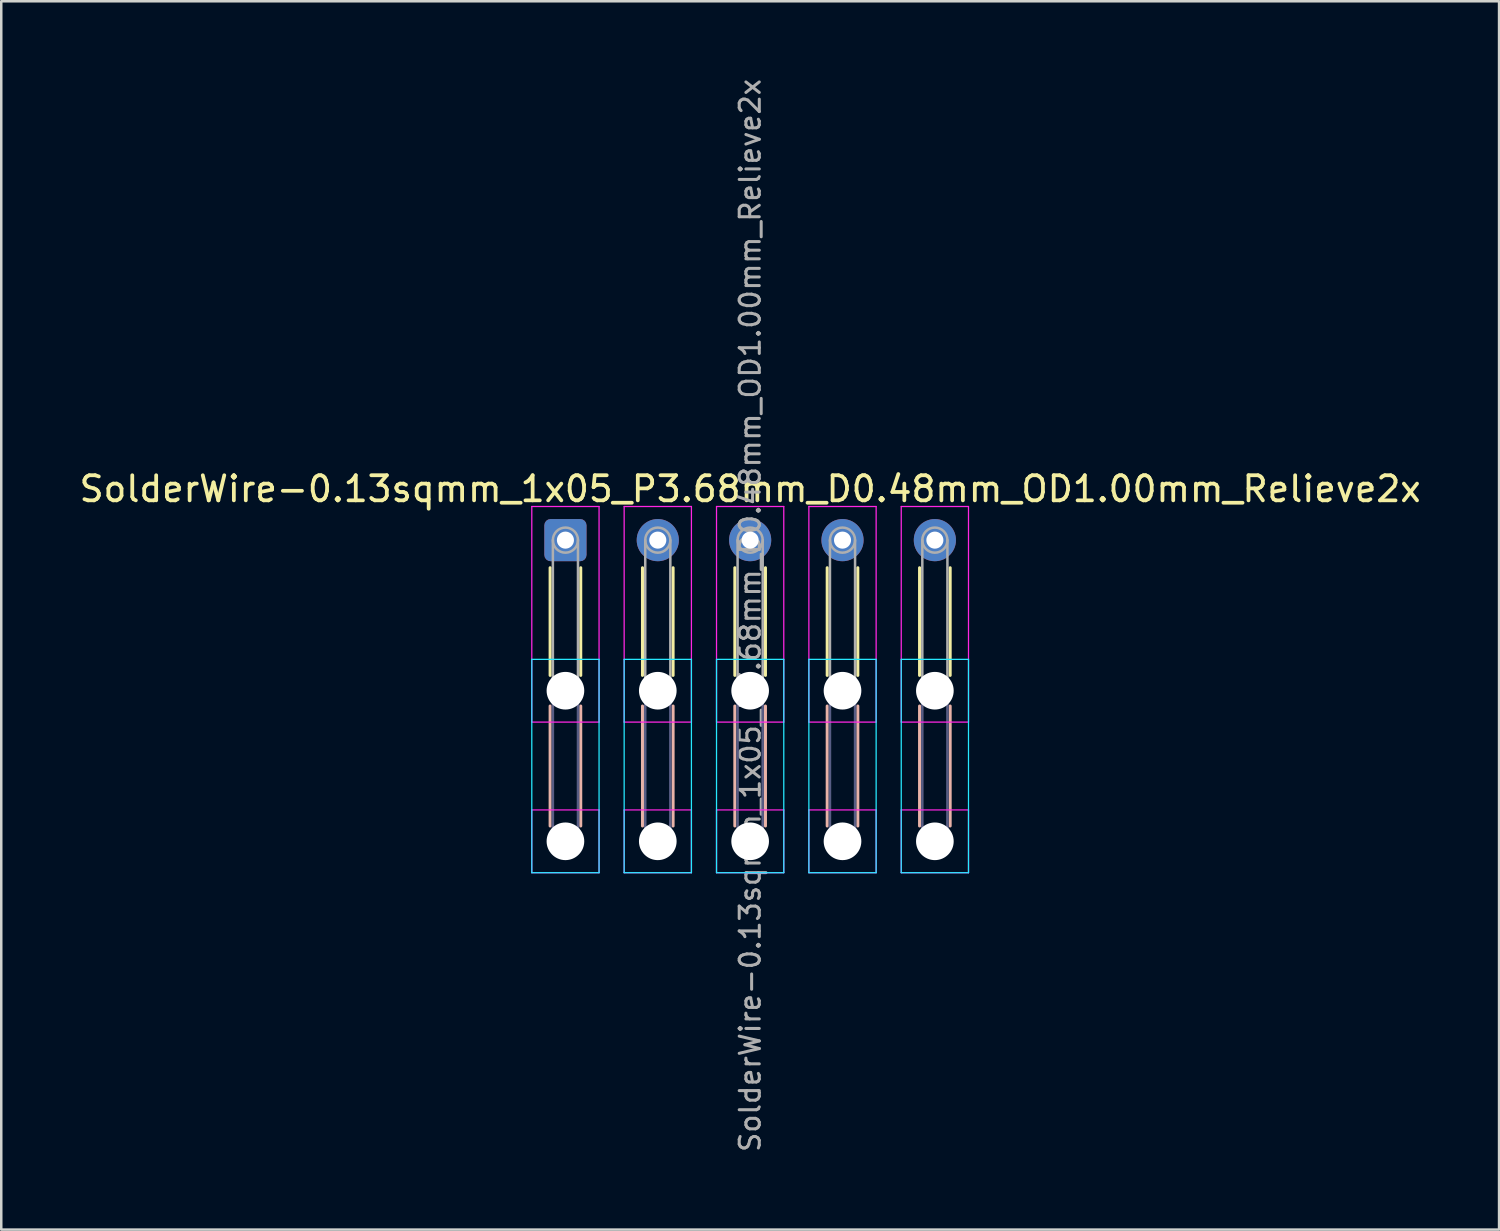
<source format=kicad_pcb>
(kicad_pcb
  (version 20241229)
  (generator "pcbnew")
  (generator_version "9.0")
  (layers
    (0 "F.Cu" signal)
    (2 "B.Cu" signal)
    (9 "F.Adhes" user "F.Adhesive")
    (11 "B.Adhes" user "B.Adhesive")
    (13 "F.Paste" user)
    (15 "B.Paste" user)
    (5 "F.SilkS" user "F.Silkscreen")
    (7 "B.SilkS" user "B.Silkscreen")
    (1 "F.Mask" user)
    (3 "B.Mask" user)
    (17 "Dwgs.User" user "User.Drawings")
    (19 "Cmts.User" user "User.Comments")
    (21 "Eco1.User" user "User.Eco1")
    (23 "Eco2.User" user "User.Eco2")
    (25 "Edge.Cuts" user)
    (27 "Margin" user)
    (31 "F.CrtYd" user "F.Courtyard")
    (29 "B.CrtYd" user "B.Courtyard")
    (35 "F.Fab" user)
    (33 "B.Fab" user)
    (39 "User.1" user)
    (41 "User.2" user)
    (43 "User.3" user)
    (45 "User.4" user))
  (footprint "SolderWire-0.13sqmm_1x05_P3.68mm_D0.48mm_OD1.00mm_Relieve2x"
    (layer "F.Cu")
    (at 19.479 18.471)
    (property "Reference" "SolderWire-0.13sqmm_1x05_P3.68mm_D0.48mm_OD1.00mm_Relieve2x" (at 7.36 -2.04 0) (layer "F.SilkS") (effects (font (size 1 1) (thickness 0.15))))
    (attr exclude_from_pos_files exclude_from_bom)
    (fp_line (start -0.61 1.1) (end -0.61 5.39) (stroke (width 0.12) (type solid)) (layer "F.SilkS"))
    (fp_line (start 0.61 1.1) (end 0.61 5.39) (stroke (width 0.12) (type solid)) (layer "F.SilkS"))
    (fp_line (start 3.07 1.1) (end 3.07 5.39) (stroke (width 0.12) (type solid)) (layer "F.SilkS"))
    (fp_line (start 4.29 1.1) (end 4.29 5.39) (stroke (width 0.12) (type solid)) (layer "F.SilkS"))
    (fp_line (start 6.75 1.1) (end 6.75 5.39) (stroke (width 0.12) (type solid)) (layer "F.SilkS"))
    (fp_line (start 7.97 1.1) (end 7.97 5.39) (stroke (width 0.12) (type solid)) (layer "F.SilkS"))
    (fp_line (start 10.43 1.1) (end 10.43 5.39) (stroke (width 0.12) (type solid)) (layer "F.SilkS"))
    (fp_line (start 11.65 1.1) (end 11.65 5.39) (stroke (width 0.12) (type solid)) (layer "F.SilkS"))
    (fp_line (start 14.11 1.1) (end 14.11 5.39) (stroke (width 0.12) (type solid)) (layer "F.SilkS"))
    (fp_line (start 15.33 1.1) (end 15.33 5.39) (stroke (width 0.12) (type solid)) (layer "F.SilkS"))
    (fp_line (start -0.61 6.61) (end -0.61 11.39) (stroke (width 0.12) (type solid)) (layer "B.SilkS"))
    (fp_line (start 0.61 6.61) (end 0.61 11.39) (stroke (width 0.12) (type solid)) (layer "B.SilkS"))
    (fp_line (start 3.07 6.61) (end 3.07 11.39) (stroke (width 0.12) (type solid)) (layer "B.SilkS"))
    (fp_line (start 4.29 6.61) (end 4.29 11.39) (stroke (width 0.12) (type solid)) (layer "B.SilkS"))
    (fp_line (start 6.75 6.61) (end 6.75 11.39) (stroke (width 0.12) (type solid)) (layer "B.SilkS"))
    (fp_line (start 7.97 6.61) (end 7.97 11.39) (stroke (width 0.12) (type solid)) (layer "B.SilkS"))
    (fp_line (start 10.43 6.61) (end 10.43 11.39) (stroke (width 0.12) (type solid)) (layer "B.SilkS"))
    (fp_line (start 11.65 6.61) (end 11.65 11.39) (stroke (width 0.12) (type solid)) (layer "B.SilkS"))
    (fp_line (start 14.11 6.61) (end 14.11 11.39) (stroke (width 0.12) (type solid)) (layer "B.SilkS"))
    (fp_line (start 15.33 6.61) (end 15.33 11.39) (stroke (width 0.12) (type solid)) (layer "B.SilkS"))
    (fp_line (start -1.34 4.75) (end -1.34 13.25) (stroke (width 0.05) (type solid)) (layer "B.CrtYd"))
    (fp_line (start -1.34 13.25) (end 1.34 13.25) (stroke (width 0.05) (type solid)) (layer "B.CrtYd"))
    (fp_line (start 1.34 4.75) (end -1.34 4.75) (stroke (width 0.05) (type solid)) (layer "B.CrtYd"))
    (fp_line (start 1.34 13.25) (end 1.34 4.75) (stroke (width 0.05) (type solid)) (layer "B.CrtYd"))
    (fp_line (start 2.34 4.75) (end 2.34 13.25) (stroke (width 0.05) (type solid)) (layer "B.CrtYd"))
    (fp_line (start 2.34 13.25) (end 5.02 13.25) (stroke (width 0.05) (type solid)) (layer "B.CrtYd"))
    (fp_line (start 5.02 4.75) (end 2.34 4.75) (stroke (width 0.05) (type solid)) (layer "B.CrtYd"))
    (fp_line (start 5.02 13.25) (end 5.02 4.75) (stroke (width 0.05) (type solid)) (layer "B.CrtYd"))
    (fp_line (start 6.02 4.75) (end 6.02 13.25) (stroke (width 0.05) (type solid)) (layer "B.CrtYd"))
    (fp_line (start 6.02 13.25) (end 8.7 13.25) (stroke (width 0.05) (type solid)) (layer "B.CrtYd"))
    (fp_line (start 8.7 4.75) (end 6.02 4.75) (stroke (width 0.05) (type solid)) (layer "B.CrtYd"))
    (fp_line (start 8.7 13.25) (end 8.7 4.75) (stroke (width 0.05) (type solid)) (layer "B.CrtYd"))
    (fp_line (start 9.7 4.75) (end 9.7 13.25) (stroke (width 0.05) (type solid)) (layer "B.CrtYd"))
    (fp_line (start 9.7 13.25) (end 12.38 13.25) (stroke (width 0.05) (type solid)) (layer "B.CrtYd"))
    (fp_line (start 12.38 4.75) (end 9.7 4.75) (stroke (width 0.05) (type solid)) (layer "B.CrtYd"))
    (fp_line (start 12.38 13.25) (end 12.38 4.75) (stroke (width 0.05) (type solid)) (layer "B.CrtYd"))
    (fp_line (start 13.38 4.75) (end 13.38 13.25) (stroke (width 0.05) (type solid)) (layer "B.CrtYd"))
    (fp_line (start 13.38 13.25) (end 16.06 13.25) (stroke (width 0.05) (type solid)) (layer "B.CrtYd"))
    (fp_line (start 16.06 4.75) (end 13.38 4.75) (stroke (width 0.05) (type solid)) (layer "B.CrtYd"))
    (fp_line (start 16.06 13.25) (end 16.06 4.75) (stroke (width 0.05) (type solid)) (layer "B.CrtYd"))
    (fp_line (start -1.34 -1.34) (end -1.34 7.25) (stroke (width 0.05) (type solid)) (layer "F.CrtYd"))
    (fp_line (start -1.34 7.25) (end 1.34 7.25) (stroke (width 0.05) (type solid)) (layer "F.CrtYd"))
    (fp_line (start -1.34 10.75) (end -1.34 13.25) (stroke (width 0.05) (type solid)) (layer "F.CrtYd"))
    (fp_line (start -1.34 13.25) (end 1.34 13.25) (stroke (width 0.05) (type solid)) (layer "F.CrtYd"))
    (fp_line (start 1.34 -1.34) (end -1.34 -1.34) (stroke (width 0.05) (type solid)) (layer "F.CrtYd"))
    (fp_line (start 1.34 7.25) (end 1.34 -1.34) (stroke (width 0.05) (type solid)) (layer "F.CrtYd"))
    (fp_line (start 1.34 10.75) (end -1.34 10.75) (stroke (width 0.05) (type solid)) (layer "F.CrtYd"))
    (fp_line (start 1.34 13.25) (end 1.34 10.75) (stroke (width 0.05) (type solid)) (layer "F.CrtYd"))
    (fp_line (start 2.34 -1.34) (end 2.34 7.25) (stroke (width 0.05) (type solid)) (layer "F.CrtYd"))
    (fp_line (start 2.34 7.25) (end 5.02 7.25) (stroke (width 0.05) (type solid)) (layer "F.CrtYd"))
    (fp_line (start 2.34 10.75) (end 2.34 13.25) (stroke (width 0.05) (type solid)) (layer "F.CrtYd"))
    (fp_line (start 2.34 13.25) (end 5.02 13.25) (stroke (width 0.05) (type solid)) (layer "F.CrtYd"))
    (fp_line (start 5.02 -1.34) (end 2.34 -1.34) (stroke (width 0.05) (type solid)) (layer "F.CrtYd"))
    (fp_line (start 5.02 7.25) (end 5.02 -1.34) (stroke (width 0.05) (type solid)) (layer "F.CrtYd"))
    (fp_line (start 5.02 10.75) (end 2.34 10.75) (stroke (width 0.05) (type solid)) (layer "F.CrtYd"))
    (fp_line (start 5.02 13.25) (end 5.02 10.75) (stroke (width 0.05) (type solid)) (layer "F.CrtYd"))
    (fp_line (start 6.02 -1.34) (end 6.02 7.25) (stroke (width 0.05) (type solid)) (layer "F.CrtYd"))
    (fp_line (start 6.02 7.25) (end 8.7 7.25) (stroke (width 0.05) (type solid)) (layer "F.CrtYd"))
    (fp_line (start 6.02 10.75) (end 6.02 13.25) (stroke (width 0.05) (type solid)) (layer "F.CrtYd"))
    (fp_line (start 6.02 13.25) (end 8.7 13.25) (stroke (width 0.05) (type solid)) (layer "F.CrtYd"))
    (fp_line (start 8.7 -1.34) (end 6.02 -1.34) (stroke (width 0.05) (type solid)) (layer "F.CrtYd"))
    (fp_line (start 8.7 7.25) (end 8.7 -1.34) (stroke (width 0.05) (type solid)) (layer "F.CrtYd"))
    (fp_line (start 8.7 10.75) (end 6.02 10.75) (stroke (width 0.05) (type solid)) (layer "F.CrtYd"))
    (fp_line (start 8.7 13.25) (end 8.7 10.75) (stroke (width 0.05) (type solid)) (layer "F.CrtYd"))
    (fp_line (start 9.7 -1.34) (end 9.7 7.25) (stroke (width 0.05) (type solid)) (layer "F.CrtYd"))
    (fp_line (start 9.7 7.25) (end 12.38 7.25) (stroke (width 0.05) (type solid)) (layer "F.CrtYd"))
    (fp_line (start 9.7 10.75) (end 9.7 13.25) (stroke (width 0.05) (type solid)) (layer "F.CrtYd"))
    (fp_line (start 9.7 13.25) (end 12.38 13.25) (stroke (width 0.05) (type solid)) (layer "F.CrtYd"))
    (fp_line (start 12.38 -1.34) (end 9.7 -1.34) (stroke (width 0.05) (type solid)) (layer "F.CrtYd"))
    (fp_line (start 12.38 7.25) (end 12.38 -1.34) (stroke (width 0.05) (type solid)) (layer "F.CrtYd"))
    (fp_line (start 12.38 10.75) (end 9.7 10.75) (stroke (width 0.05) (type solid)) (layer "F.CrtYd"))
    (fp_line (start 12.38 13.25) (end 12.38 10.75) (stroke (width 0.05) (type solid)) (layer "F.CrtYd"))
    (fp_line (start 13.38 -1.34) (end 13.38 7.25) (stroke (width 0.05) (type solid)) (layer "F.CrtYd"))
    (fp_line (start 13.38 7.25) (end 16.06 7.25) (stroke (width 0.05) (type solid)) (layer "F.CrtYd"))
    (fp_line (start 13.38 10.75) (end 13.38 13.25) (stroke (width 0.05) (type solid)) (layer "F.CrtYd"))
    (fp_line (start 13.38 13.25) (end 16.06 13.25) (stroke (width 0.05) (type solid)) (layer "F.CrtYd"))
    (fp_line (start 16.06 -1.34) (end 13.38 -1.34) (stroke (width 0.05) (type solid)) (layer "F.CrtYd"))
    (fp_line (start 16.06 7.25) (end 16.06 -1.34) (stroke (width 0.05) (type solid)) (layer "F.CrtYd"))
    (fp_line (start 16.06 10.75) (end 13.38 10.75) (stroke (width 0.05) (type solid)) (layer "F.CrtYd"))
    (fp_line (start 16.06 13.25) (end 16.06 10.75) (stroke (width 0.05) (type solid)) (layer "F.CrtYd"))
    (fp_line (start -0.5 6) (end -0.5 12) (stroke (width 0.1) (type solid)) (layer "B.Fab"))
    (fp_line (start 0.5 6) (end 0.5 12) (stroke (width 0.1) (type solid)) (layer "B.Fab"))
    (fp_line (start 3.18 6) (end 3.18 12) (stroke (width 0.1) (type solid)) (layer "B.Fab"))
    (fp_line (start 4.18 6) (end 4.18 12) (stroke (width 0.1) (type solid)) (layer "B.Fab"))
    (fp_line (start 6.86 6) (end 6.86 12) (stroke (width 0.1) (type solid)) (layer "B.Fab"))
    (fp_line (start 7.86 6) (end 7.86 12) (stroke (width 0.1) (type solid)) (layer "B.Fab"))
    (fp_line (start 10.54 6) (end 10.54 12) (stroke (width 0.1) (type solid)) (layer "B.Fab"))
    (fp_line (start 11.54 6) (end 11.54 12) (stroke (width 0.1) (type solid)) (layer "B.Fab"))
    (fp_line (start 14.22 6) (end 14.22 12) (stroke (width 0.1) (type solid)) (layer "B.Fab"))
    (fp_line (start 15.22 6) (end 15.22 12) (stroke (width 0.1) (type solid)) (layer "B.Fab"))
    (fp_circle (center 0 6) (end 0.5 6) (stroke (width 0.1) (type solid)) (fill no) (layer "B.Fab"))
    (fp_circle (center 0 12) (end 0.5 12) (stroke (width 0.1) (type solid)) (fill no) (layer "B.Fab"))
    (fp_circle (center 3.68 6) (end 4.18 6) (stroke (width 0.1) (type solid)) (fill no) (layer "B.Fab"))
    (fp_circle (center 3.68 12) (end 4.18 12) (stroke (width 0.1) (type solid)) (fill no) (layer "B.Fab"))
    (fp_circle (center 7.36 6) (end 7.86 6) (stroke (width 0.1) (type solid)) (fill no) (layer "B.Fab"))
    (fp_circle (center 7.36 12) (end 7.86 12) (stroke (width 0.1) (type solid)) (fill no) (layer "B.Fab"))
    (fp_circle (center 11.04 6) (end 11.54 6) (stroke (width 0.1) (type solid)) (fill no) (layer "B.Fab"))
    (fp_circle (center 11.04 12) (end 11.54 12) (stroke (width 0.1) (type solid)) (fill no) (layer "B.Fab"))
    (fp_circle (center 14.72 6) (end 15.22 6) (stroke (width 0.1) (type solid)) (fill no) (layer "B.Fab"))
    (fp_circle (center 14.72 12) (end 15.22 12) (stroke (width 0.1) (type solid)) (fill no) (layer "B.Fab"))
    (fp_line (start -0.5 0) (end -0.5 6) (stroke (width 0.1) (type solid)) (layer "F.Fab"))
    (fp_line (start 0.5 0) (end 0.5 6) (stroke (width 0.1) (type solid)) (layer "F.Fab"))
    (fp_line (start 3.18 0) (end 3.18 6) (stroke (width 0.1) (type solid)) (layer "F.Fab"))
    (fp_line (start 4.18 0) (end 4.18 6) (stroke (width 0.1) (type solid)) (layer "F.Fab"))
    (fp_line (start 6.86 0) (end 6.86 6) (stroke (width 0.1) (type solid)) (layer "F.Fab"))
    (fp_line (start 7.86 0) (end 7.86 6) (stroke (width 0.1) (type solid)) (layer "F.Fab"))
    (fp_line (start 10.54 0) (end 10.54 6) (stroke (width 0.1) (type solid)) (layer "F.Fab"))
    (fp_line (start 11.54 0) (end 11.54 6) (stroke (width 0.1) (type solid)) (layer "F.Fab"))
    (fp_line (start 14.22 0) (end 14.22 6) (stroke (width 0.1) (type solid)) (layer "F.Fab"))
    (fp_line (start 15.22 0) (end 15.22 6) (stroke (width 0.1) (type solid)) (layer "F.Fab"))
    (fp_circle (center 0 0) (end 0.5 0) (stroke (width 0.1) (type solid)) (fill no) (layer "F.Fab"))
    (fp_circle (center 0 6) (end 0.5 6) (stroke (width 0.1) (type solid)) (fill no) (layer "F.Fab"))
    (fp_circle (center 0 12) (end 0.5 12) (stroke (width 0.1) (type solid)) (fill no) (layer "F.Fab"))
    (fp_circle (center 3.68 0) (end 4.18 0) (stroke (width 0.1) (type solid)) (fill no) (layer "F.Fab"))
    (fp_circle (center 3.68 6) (end 4.18 6) (stroke (width 0.1) (type solid)) (fill no) (layer "F.Fab"))
    (fp_circle (center 3.68 12) (end 4.18 12) (stroke (width 0.1) (type solid)) (fill no) (layer "F.Fab"))
    (fp_circle (center 7.36 0) (end 7.86 0) (stroke (width 0.1) (type solid)) (fill no) (layer "F.Fab"))
    (fp_circle (center 7.36 6) (end 7.86 6) (stroke (width 0.1) (type solid)) (fill no) (layer "F.Fab"))
    (fp_circle (center 7.36 12) (end 7.86 12) (stroke (width 0.1) (type solid)) (fill no) (layer "F.Fab"))
    (fp_circle (center 11.04 0) (end 11.54 0) (stroke (width 0.1) (type solid)) (fill no) (layer "F.Fab"))
    (fp_circle (center 11.04 6) (end 11.54 6) (stroke (width 0.1) (type solid)) (fill no) (layer "F.Fab"))
    (fp_circle (center 11.04 12) (end 11.54 12) (stroke (width 0.1) (type solid)) (fill no) (layer "F.Fab"))
    (fp_circle (center 14.72 0) (end 15.22 0) (stroke (width 0.1) (type solid)) (fill no) (layer "F.Fab"))
    (fp_circle (center 14.72 6) (end 15.22 6) (stroke (width 0.1) (type solid)) (fill no) (layer "F.Fab"))
    (fp_circle (center 14.72 12) (end 15.22 12) (stroke (width 0.1) (type solid)) (fill no) (layer "F.Fab"))
    (fp_text user "${REFERENCE}" (at 7.36 3 90) (layer "F.Fab") (effects (font (size 0.8 0.8) (thickness 0.12))))
    (pad "" np_thru_hole circle (at 0 6) (size 1.5 1.5) (drill 1.5) (layers "*.Cu" "*.Mask"))
    (pad "" np_thru_hole circle (at 0 12) (size 1.5 1.5) (drill 1.5) (layers "*.Cu" "*.Mask"))
    (pad "" np_thru_hole circle (at 3.68 6) (size 1.5 1.5) (drill 1.5) (layers "*.Cu" "*.Mask"))
    (pad "" np_thru_hole circle (at 3.68 12) (size 1.5 1.5) (drill 1.5) (layers "*.Cu" "*.Mask"))
    (pad "" np_thru_hole circle (at 7.36 6) (size 1.5 1.5) (drill 1.5) (layers "*.Cu" "*.Mask"))
    (pad "" np_thru_hole circle (at 7.36 12) (size 1.5 1.5) (drill 1.5) (layers "*.Cu" "*.Mask"))
    (pad "" np_thru_hole circle (at 11.04 6) (size 1.5 1.5) (drill 1.5) (layers "*.Cu" "*.Mask"))
    (pad "" np_thru_hole circle (at 11.04 12) (size 1.5 1.5) (drill 1.5) (layers "*.Cu" "*.Mask"))
    (pad "" np_thru_hole circle (at 14.72 6) (size 1.5 1.5) (drill 1.5) (layers "*.Cu" "*.Mask"))
    (pad "" np_thru_hole circle (at 14.72 12) (size 1.5 1.5) (drill 1.5) (layers "*.Cu" "*.Mask"))
    (pad "1" thru_hole roundrect (at 0 0) (size 1.68 1.68) (drill 0.68) (layers "*.Cu" "*.Mask") (roundrect_rratio 0.149))
    (pad "2" thru_hole circle (at 3.68 0) (size 1.68 1.68) (drill 0.68) (layers "*.Cu" "*.Mask"))
    (pad "3" thru_hole circle (at 7.36 0) (size 1.68 1.68) (drill 0.68) (layers "*.Cu" "*.Mask"))
    (pad "4" thru_hole circle (at 11.04 0) (size 1.68 1.68) (drill 0.68) (layers "*.Cu" "*.Mask"))
    (pad "5" thru_hole circle (at 14.72 0) (size 1.68 1.68) (drill 0.68) (layers "*.Cu" "*.Mask")))
  (gr_rect
    (start -3 -3)
    (end 56.679 45.943)
    (stroke (width 0.1) (type default))
    (fill no)
    (layer "Edge.Cuts")))
</source>
